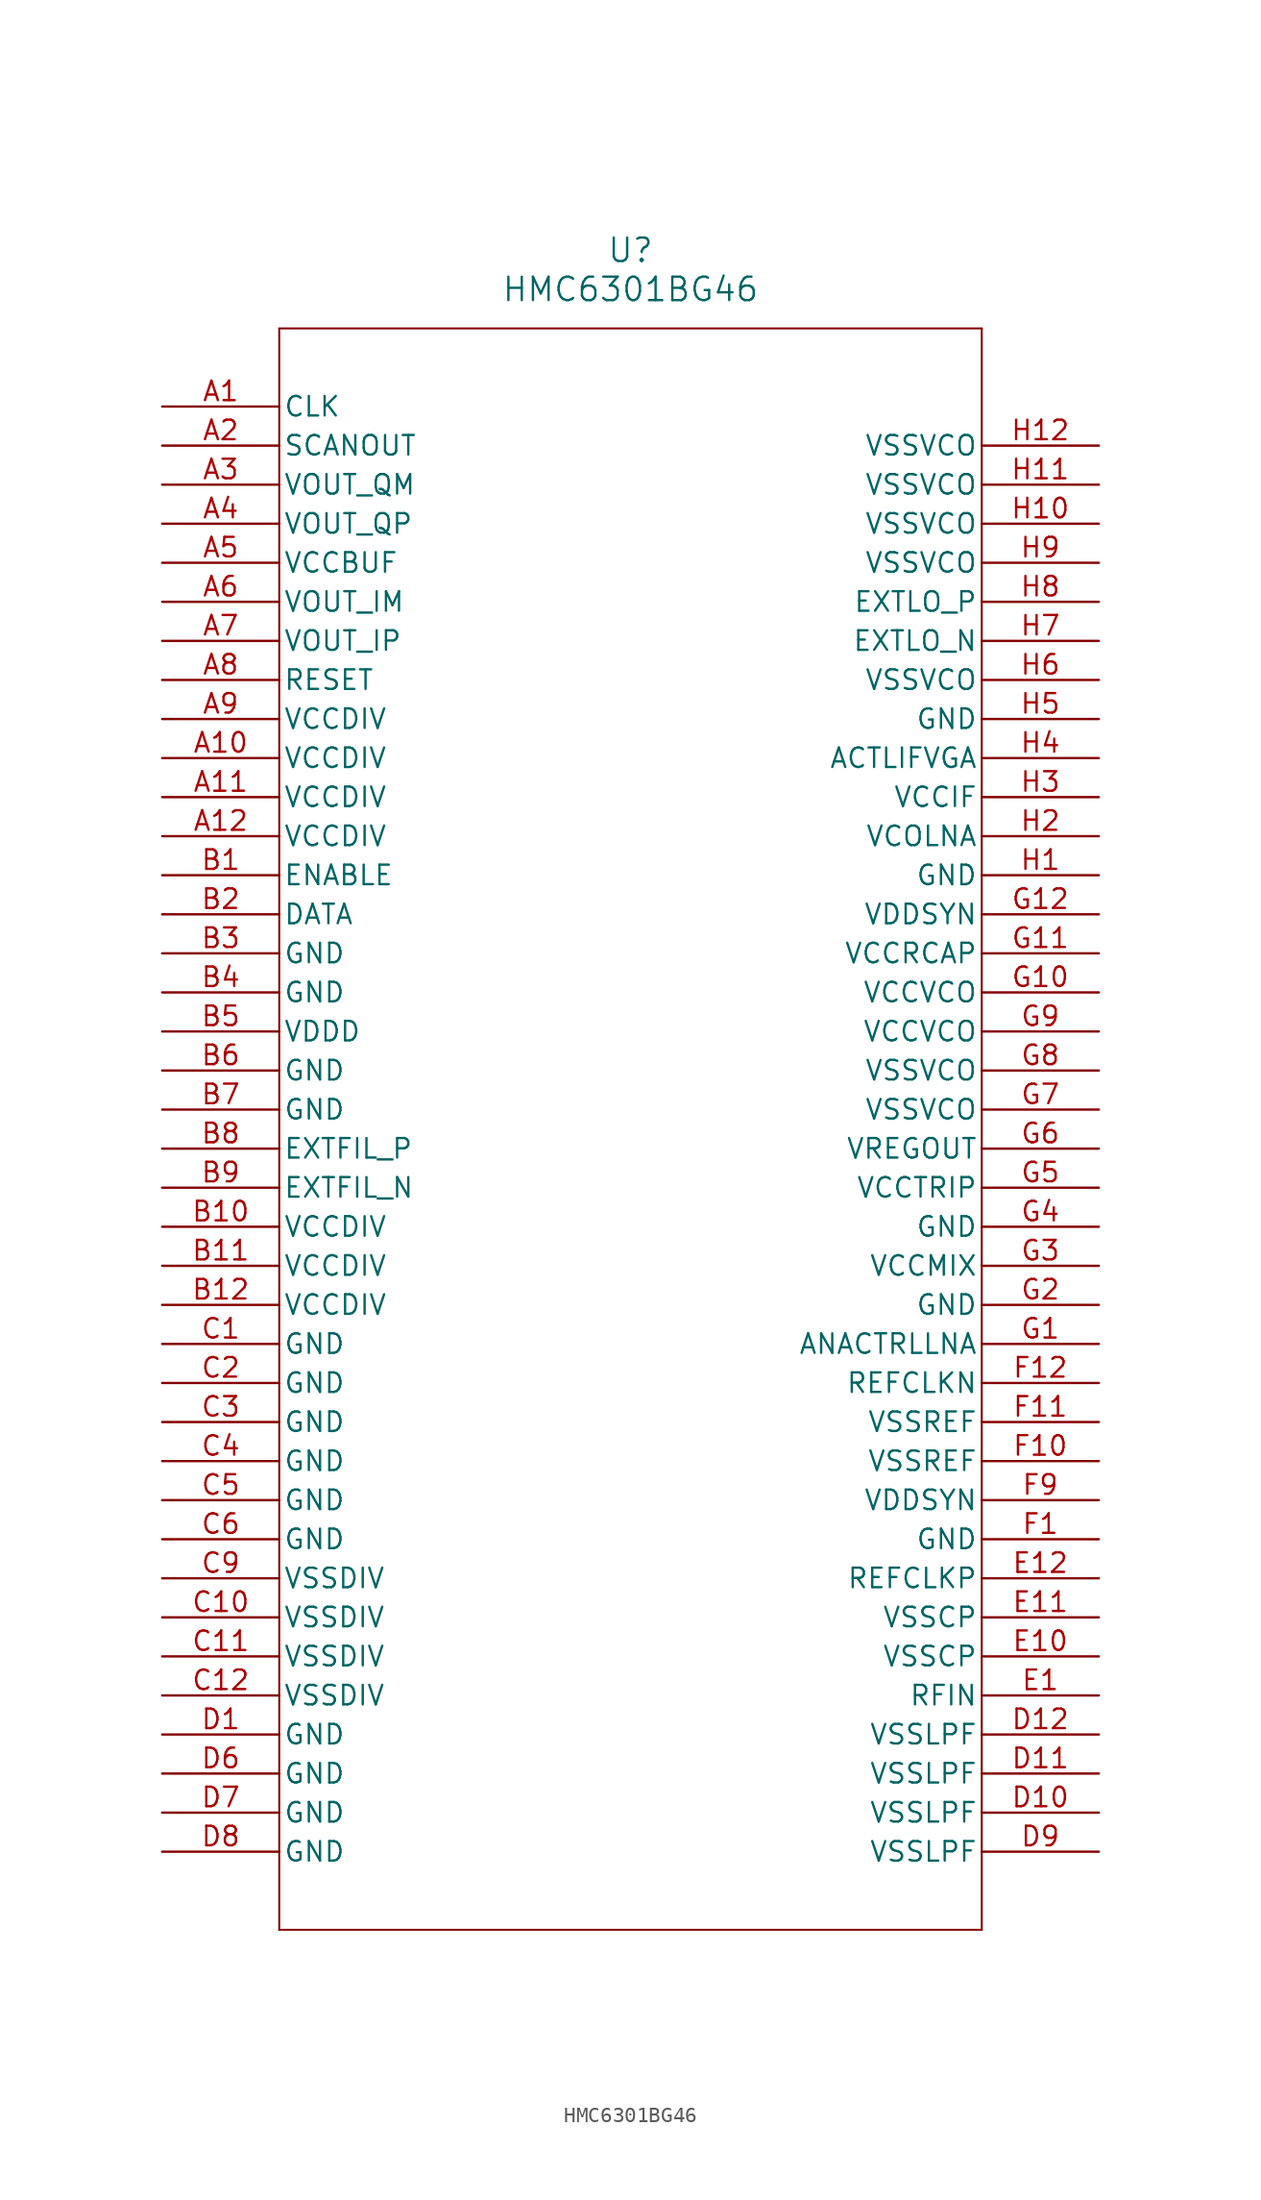
<source format=kicad_sym>
(kicad_symbol_lib
  (version 20241209)
  (generator "kicad_symbol_editor")
  (generator_version "9.0")
  (symbol "HMC6301BG46"
    (pin_names
      (offset 0.254))
    (property "Reference" "U"
      (at 30.48 10.16 0)
      (effects (font (size 1.524 1.524))))
    (property "Value" "HMC6301BG46"
      (at 30.48 7.62 0)
      (effects (font (size 1.524 1.524))))
    (symbol "HMC6301BG46_0_1"
      (polyline (pts (xy 7.62 5.08) (xy 7.62 -99.06)) (stroke (width 0.127) (type default)) (fill (type none)))
      (polyline (pts (xy 7.62 -99.06) (xy 53.34 -99.06)) (stroke (width 0.127) (type default)) (fill (type none)))
      (polyline (pts (xy 53.34 5.08) (xy 7.62 5.08)) (stroke (width 0.127) (type default)) (fill (type none)))
      (polyline (pts (xy 53.34 -99.06) (xy 53.34 5.08)) (stroke (width 0.127) (type default)) (fill (type none)))
      (pin unspecified line (at 0 0 0) (length 7.62) (name "CLK" (effects (font (size 1.27 1.27)))) (number "A1" (effects (font (size 1.27 1.27)))))
      (pin unspecified line (at 0 -2.54 0) (length 7.62) (name "SCANOUT" (effects (font (size 1.27 1.27)))) (number "A2" (effects (font (size 1.27 1.27)))))
      (pin unspecified line (at 0 -5.08 0) (length 7.62) (name "VOUT_QM" (effects (font (size 1.27 1.27)))) (number "A3" (effects (font (size 1.27 1.27)))))
      (pin unspecified line (at 0 -7.62 0) (length 7.62) (name "VOUT_QP" (effects (font (size 1.27 1.27)))) (number "A4" (effects (font (size 1.27 1.27)))))
      (pin unspecified line (at 0 -10.16 0) (length 7.62) (name "VCCBUF" (effects (font (size 1.27 1.27)))) (number "A5" (effects (font (size 1.27 1.27)))))
      (pin unspecified line (at 0 -12.7 0) (length 7.62) (name "VOUT_IM" (effects (font (size 1.27 1.27)))) (number "A6" (effects (font (size 1.27 1.27)))))
      (pin unspecified line (at 0 -15.24 0) (length 7.62) (name "VOUT_IP" (effects (font (size 1.27 1.27)))) (number "A7" (effects (font (size 1.27 1.27)))))
      (pin unspecified line (at 0 -17.78 0) (length 7.62) (name "RESET" (effects (font (size 1.27 1.27)))) (number "A8" (effects (font (size 1.27 1.27)))))
      (pin unspecified line (at 0 -20.32 0) (length 7.62) (name "VCCDIV" (effects (font (size 1.27 1.27)))) (number "A9" (effects (font (size 1.27 1.27)))))
      (pin unspecified line (at 0 -22.86 0) (length 7.62) (name "VCCDIV" (effects (font (size 1.27 1.27)))) (number "A10" (effects (font (size 1.27 1.27)))))
      (pin unspecified line (at 0 -25.4 0) (length 7.62) (name "VCCDIV" (effects (font (size 1.27 1.27)))) (number "A11" (effects (font (size 1.27 1.27)))))
      (pin unspecified line (at 0 -27.94 0) (length 7.62) (name "VCCDIV" (effects (font (size 1.27 1.27)))) (number "A12" (effects (font (size 1.27 1.27)))))
      (pin unspecified line (at 0 -30.48 0) (length 7.62) (name "ENABLE" (effects (font (size 1.27 1.27)))) (number "B1" (effects (font (size 1.27 1.27)))))
      (pin unspecified line (at 0 -33.02 0) (length 7.62) (name "DATA" (effects (font (size 1.27 1.27)))) (number "B2" (effects (font (size 1.27 1.27)))))
      (pin unspecified line (at 0 -35.56 0) (length 7.62) (name "GND" (effects (font (size 1.27 1.27)))) (number "B3" (effects (font (size 1.27 1.27)))))
      (pin unspecified line (at 0 -38.1 0) (length 7.62) (name "GND" (effects (font (size 1.27 1.27)))) (number "B4" (effects (font (size 1.27 1.27)))))
      (pin unspecified line (at 0 -40.64 0) (length 7.62) (name "VDDD" (effects (font (size 1.27 1.27)))) (number "B5" (effects (font (size 1.27 1.27)))))
      (pin unspecified line (at 0 -43.18 0) (length 7.62) (name "GND" (effects (font (size 1.27 1.27)))) (number "B6" (effects (font (size 1.27 1.27)))))
      (pin unspecified line (at 0 -45.72 0) (length 7.62) (name "GND" (effects (font (size 1.27 1.27)))) (number "B7" (effects (font (size 1.27 1.27)))))
      (pin unspecified line (at 0 -48.26 0) (length 7.62) (name "EXTFIL_P" (effects (font (size 1.27 1.27)))) (number "B8" (effects (font (size 1.27 1.27)))))
      (pin unspecified line (at 0 -50.8 0) (length 7.62) (name "EXTFIL_N" (effects (font (size 1.27 1.27)))) (number "B9" (effects (font (size 1.27 1.27)))))
      (pin unspecified line (at 0 -53.34 0) (length 7.62) (name "VCCDIV" (effects (font (size 1.27 1.27)))) (number "B10" (effects (font (size 1.27 1.27)))))
      (pin unspecified line (at 0 -55.88 0) (length 7.62) (name "VCCDIV" (effects (font (size 1.27 1.27)))) (number "B11" (effects (font (size 1.27 1.27)))))
      (pin unspecified line (at 0 -58.42 0) (length 7.62) (name "VCCDIV" (effects (font (size 1.27 1.27)))) (number "B12" (effects (font (size 1.27 1.27)))))
      (pin unspecified line (at 0 -60.96 0) (length 7.62) (name "GND" (effects (font (size 1.27 1.27)))) (number "C1" (effects (font (size 1.27 1.27)))))
      (pin unspecified line (at 0 -63.5 0) (length 7.62) (name "GND" (effects (font (size 1.27 1.27)))) (number "C2" (effects (font (size 1.27 1.27)))))
      (pin unspecified line (at 0 -66.04 0) (length 7.62) (name "GND" (effects (font (size 1.27 1.27)))) (number "C3" (effects (font (size 1.27 1.27)))))
      (pin unspecified line (at 0 -68.58 0) (length 7.62) (name "GND" (effects (font (size 1.27 1.27)))) (number "C4" (effects (font (size 1.27 1.27)))))
      (pin unspecified line (at 0 -71.12 0) (length 7.62) (name "GND" (effects (font (size 1.27 1.27)))) (number "C5" (effects (font (size 1.27 1.27)))))
      (pin unspecified line (at 0 -73.66 0) (length 7.62) (name "GND" (effects (font (size 1.27 1.27)))) (number "C6" (effects (font (size 1.27 1.27)))))
      (pin unspecified line (at 0 -76.2 0) (length 7.62) (name "VSSDIV" (effects (font (size 1.27 1.27)))) (number "C9" (effects (font (size 1.27 1.27)))))
      (pin unspecified line (at 0 -78.74 0) (length 7.62) (name "VSSDIV" (effects (font (size 1.27 1.27)))) (number "C10" (effects (font (size 1.27 1.27)))))
      (pin unspecified line (at 0 -81.28 0) (length 7.62) (name "VSSDIV" (effects (font (size 1.27 1.27)))) (number "C11" (effects (font (size 1.27 1.27)))))
      (pin unspecified line (at 0 -83.82 0) (length 7.62) (name "VSSDIV" (effects (font (size 1.27 1.27)))) (number "C12" (effects (font (size 1.27 1.27)))))
      (pin unspecified line (at 0 -86.36 0) (length 7.62) (name "GND" (effects (font (size 1.27 1.27)))) (number "D1" (effects (font (size 1.27 1.27)))))
      (pin unspecified line (at 0 -88.9 0) (length 7.62) (name "GND" (effects (font (size 1.27 1.27)))) (number "D6" (effects (font (size 1.27 1.27)))))
      (pin unspecified line (at 0 -91.44 0) (length 7.62) (name "GND" (effects (font (size 1.27 1.27)))) (number "D7" (effects (font (size 1.27 1.27)))))
      (pin unspecified line (at 0 -93.98 0) (length 7.62) (name "GND" (effects (font (size 1.27 1.27)))) (number "D8" (effects (font (size 1.27 1.27)))))
      (pin unspecified line (at 60.96 -2.54 180) (length 7.62) (name "VSSVCO" (effects (font (size 1.27 1.27)))) (number "H12" (effects (font (size 1.27 1.27)))))
      (pin unspecified line (at 60.96 -5.08 180) (length 7.62) (name "VSSVCO" (effects (font (size 1.27 1.27)))) (number "H11" (effects (font (size 1.27 1.27)))))
      (pin unspecified line (at 60.96 -7.62 180) (length 7.62) (name "VSSVCO" (effects (font (size 1.27 1.27)))) (number "H10" (effects (font (size 1.27 1.27)))))
      (pin unspecified line (at 60.96 -10.16 180) (length 7.62) (name "VSSVCO" (effects (font (size 1.27 1.27)))) (number "H9" (effects (font (size 1.27 1.27)))))
      (pin unspecified line (at 60.96 -12.7 180) (length 7.62) (name "EXTLO_P" (effects (font (size 1.27 1.27)))) (number "H8" (effects (font (size 1.27 1.27)))))
      (pin unspecified line (at 60.96 -15.24 180) (length 7.62) (name "EXTLO_N" (effects (font (size 1.27 1.27)))) (number "H7" (effects (font (size 1.27 1.27)))))
      (pin unspecified line (at 60.96 -17.78 180) (length 7.62) (name "VSSVCO" (effects (font (size 1.27 1.27)))) (number "H6" (effects (font (size 1.27 1.27)))))
      (pin unspecified line (at 60.96 -20.32 180) (length 7.62) (name "GND" (effects (font (size 1.27 1.27)))) (number "H5" (effects (font (size 1.27 1.27)))))
      (pin unspecified line (at 60.96 -22.86 180) (length 7.62) (name "ACTLIFVGA" (effects (font (size 1.27 1.27)))) (number "H4" (effects (font (size 1.27 1.27)))))
      (pin unspecified line (at 60.96 -25.4 180) (length 7.62) (name "VCCIF" (effects (font (size 1.27 1.27)))) (number "H3" (effects (font (size 1.27 1.27)))))
      (pin unspecified line (at 60.96 -27.94 180) (length 7.62) (name "VCOLNA" (effects (font (size 1.27 1.27)))) (number "H2" (effects (font (size 1.27 1.27)))))
      (pin unspecified line (at 60.96 -30.48 180) (length 7.62) (name "GND" (effects (font (size 1.27 1.27)))) (number "H1" (effects (font (size 1.27 1.27)))))
      (pin unspecified line (at 60.96 -33.02 180) (length 7.62) (name "VDDSYN" (effects (font (size 1.27 1.27)))) (number "G12" (effects (font (size 1.27 1.27)))))
      (pin unspecified line (at 60.96 -35.56 180) (length 7.62) (name "VCCRCAP" (effects (font (size 1.27 1.27)))) (number "G11" (effects (font (size 1.27 1.27)))))
      (pin unspecified line (at 60.96 -38.1 180) (length 7.62) (name "VCCVCO" (effects (font (size 1.27 1.27)))) (number "G10" (effects (font (size 1.27 1.27)))))
      (pin unspecified line (at 60.96 -40.64 180) (length 7.62) (name "VCCVCO" (effects (font (size 1.27 1.27)))) (number "G9" (effects (font (size 1.27 1.27)))))
      (pin unspecified line (at 60.96 -43.18 180) (length 7.62) (name "VSSVCO" (effects (font (size 1.27 1.27)))) (number "G8" (effects (font (size 1.27 1.27)))))
      (pin unspecified line (at 60.96 -45.72 180) (length 7.62) (name "VSSVCO" (effects (font (size 1.27 1.27)))) (number "G7" (effects (font (size 1.27 1.27)))))
      (pin unspecified line (at 60.96 -48.26 180) (length 7.62) (name "VREGOUT" (effects (font (size 1.27 1.27)))) (number "G6" (effects (font (size 1.27 1.27)))))
      (pin unspecified line (at 60.96 -50.8 180) (length 7.62) (name "VCCTRIP" (effects (font (size 1.27 1.27)))) (number "G5" (effects (font (size 1.27 1.27)))))
      (pin unspecified line (at 60.96 -53.34 180) (length 7.62) (name "GND" (effects (font (size 1.27 1.27)))) (number "G4" (effects (font (size 1.27 1.27)))))
      (pin unspecified line (at 60.96 -55.88 180) (length 7.62) (name "VCCMIX" (effects (font (size 1.27 1.27)))) (number "G3" (effects (font (size 1.27 1.27)))))
      (pin unspecified line (at 60.96 -58.42 180) (length 7.62) (name "GND" (effects (font (size 1.27 1.27)))) (number "G2" (effects (font (size 1.27 1.27)))))
      (pin unspecified line (at 60.96 -60.96 180) (length 7.62) (name "ANACTRLLNA" (effects (font (size 1.27 1.27)))) (number "G1" (effects (font (size 1.27 1.27)))))
      (pin unspecified line (at 60.96 -63.5 180) (length 7.62) (name "REFCLKN" (effects (font (size 1.27 1.27)))) (number "F12" (effects (font (size 1.27 1.27)))))
      (pin unspecified line (at 60.96 -66.04 180) (length 7.62) (name "VSSREF" (effects (font (size 1.27 1.27)))) (number "F11" (effects (font (size 1.27 1.27)))))
      (pin unspecified line (at 60.96 -68.58 180) (length 7.62) (name "VSSREF" (effects (font (size 1.27 1.27)))) (number "F10" (effects (font (size 1.27 1.27)))))
      (pin unspecified line (at 60.96 -71.12 180) (length 7.62) (name "VDDSYN" (effects (font (size 1.27 1.27)))) (number "F9" (effects (font (size 1.27 1.27)))))
      (pin unspecified line (at 60.96 -73.66 180) (length 7.62) (name "GND" (effects (font (size 1.27 1.27)))) (number "F1" (effects (font (size 1.27 1.27)))))
      (pin unspecified line (at 60.96 -76.2 180) (length 7.62) (name "REFCLKP" (effects (font (size 1.27 1.27)))) (number "E12" (effects (font (size 1.27 1.27)))))
      (pin unspecified line (at 60.96 -78.74 180) (length 7.62) (name "VSSCP" (effects (font (size 1.27 1.27)))) (number "E11" (effects (font (size 1.27 1.27)))))
      (pin unspecified line (at 60.96 -81.28 180) (length 7.62) (name "VSSCP" (effects (font (size 1.27 1.27)))) (number "E10" (effects (font (size 1.27 1.27)))))
      (pin unspecified line (at 60.96 -83.82 180) (length 7.62) (name "RFIN" (effects (font (size 1.27 1.27)))) (number "E1" (effects (font (size 1.27 1.27)))))
      (pin unspecified line (at 60.96 -86.36 180) (length 7.62) (name "VSSLPF" (effects (font (size 1.27 1.27)))) (number "D12" (effects (font (size 1.27 1.27)))))
      (pin unspecified line (at 60.96 -88.9 180) (length 7.62) (name "VSSLPF" (effects (font (size 1.27 1.27)))) (number "D11" (effects (font (size 1.27 1.27)))))
      (pin unspecified line (at 60.96 -91.44 180) (length 7.62) (name "VSSLPF" (effects (font (size 1.27 1.27)))) (number "D10" (effects (font (size 1.27 1.27)))))
      (pin unspecified line (at 60.96 -93.98 180) (length 7.62) (name "VSSLPF" (effects (font (size 1.27 1.27)))) (number "D9" (effects (font (size 1.27 1.27))))))))
</source>
